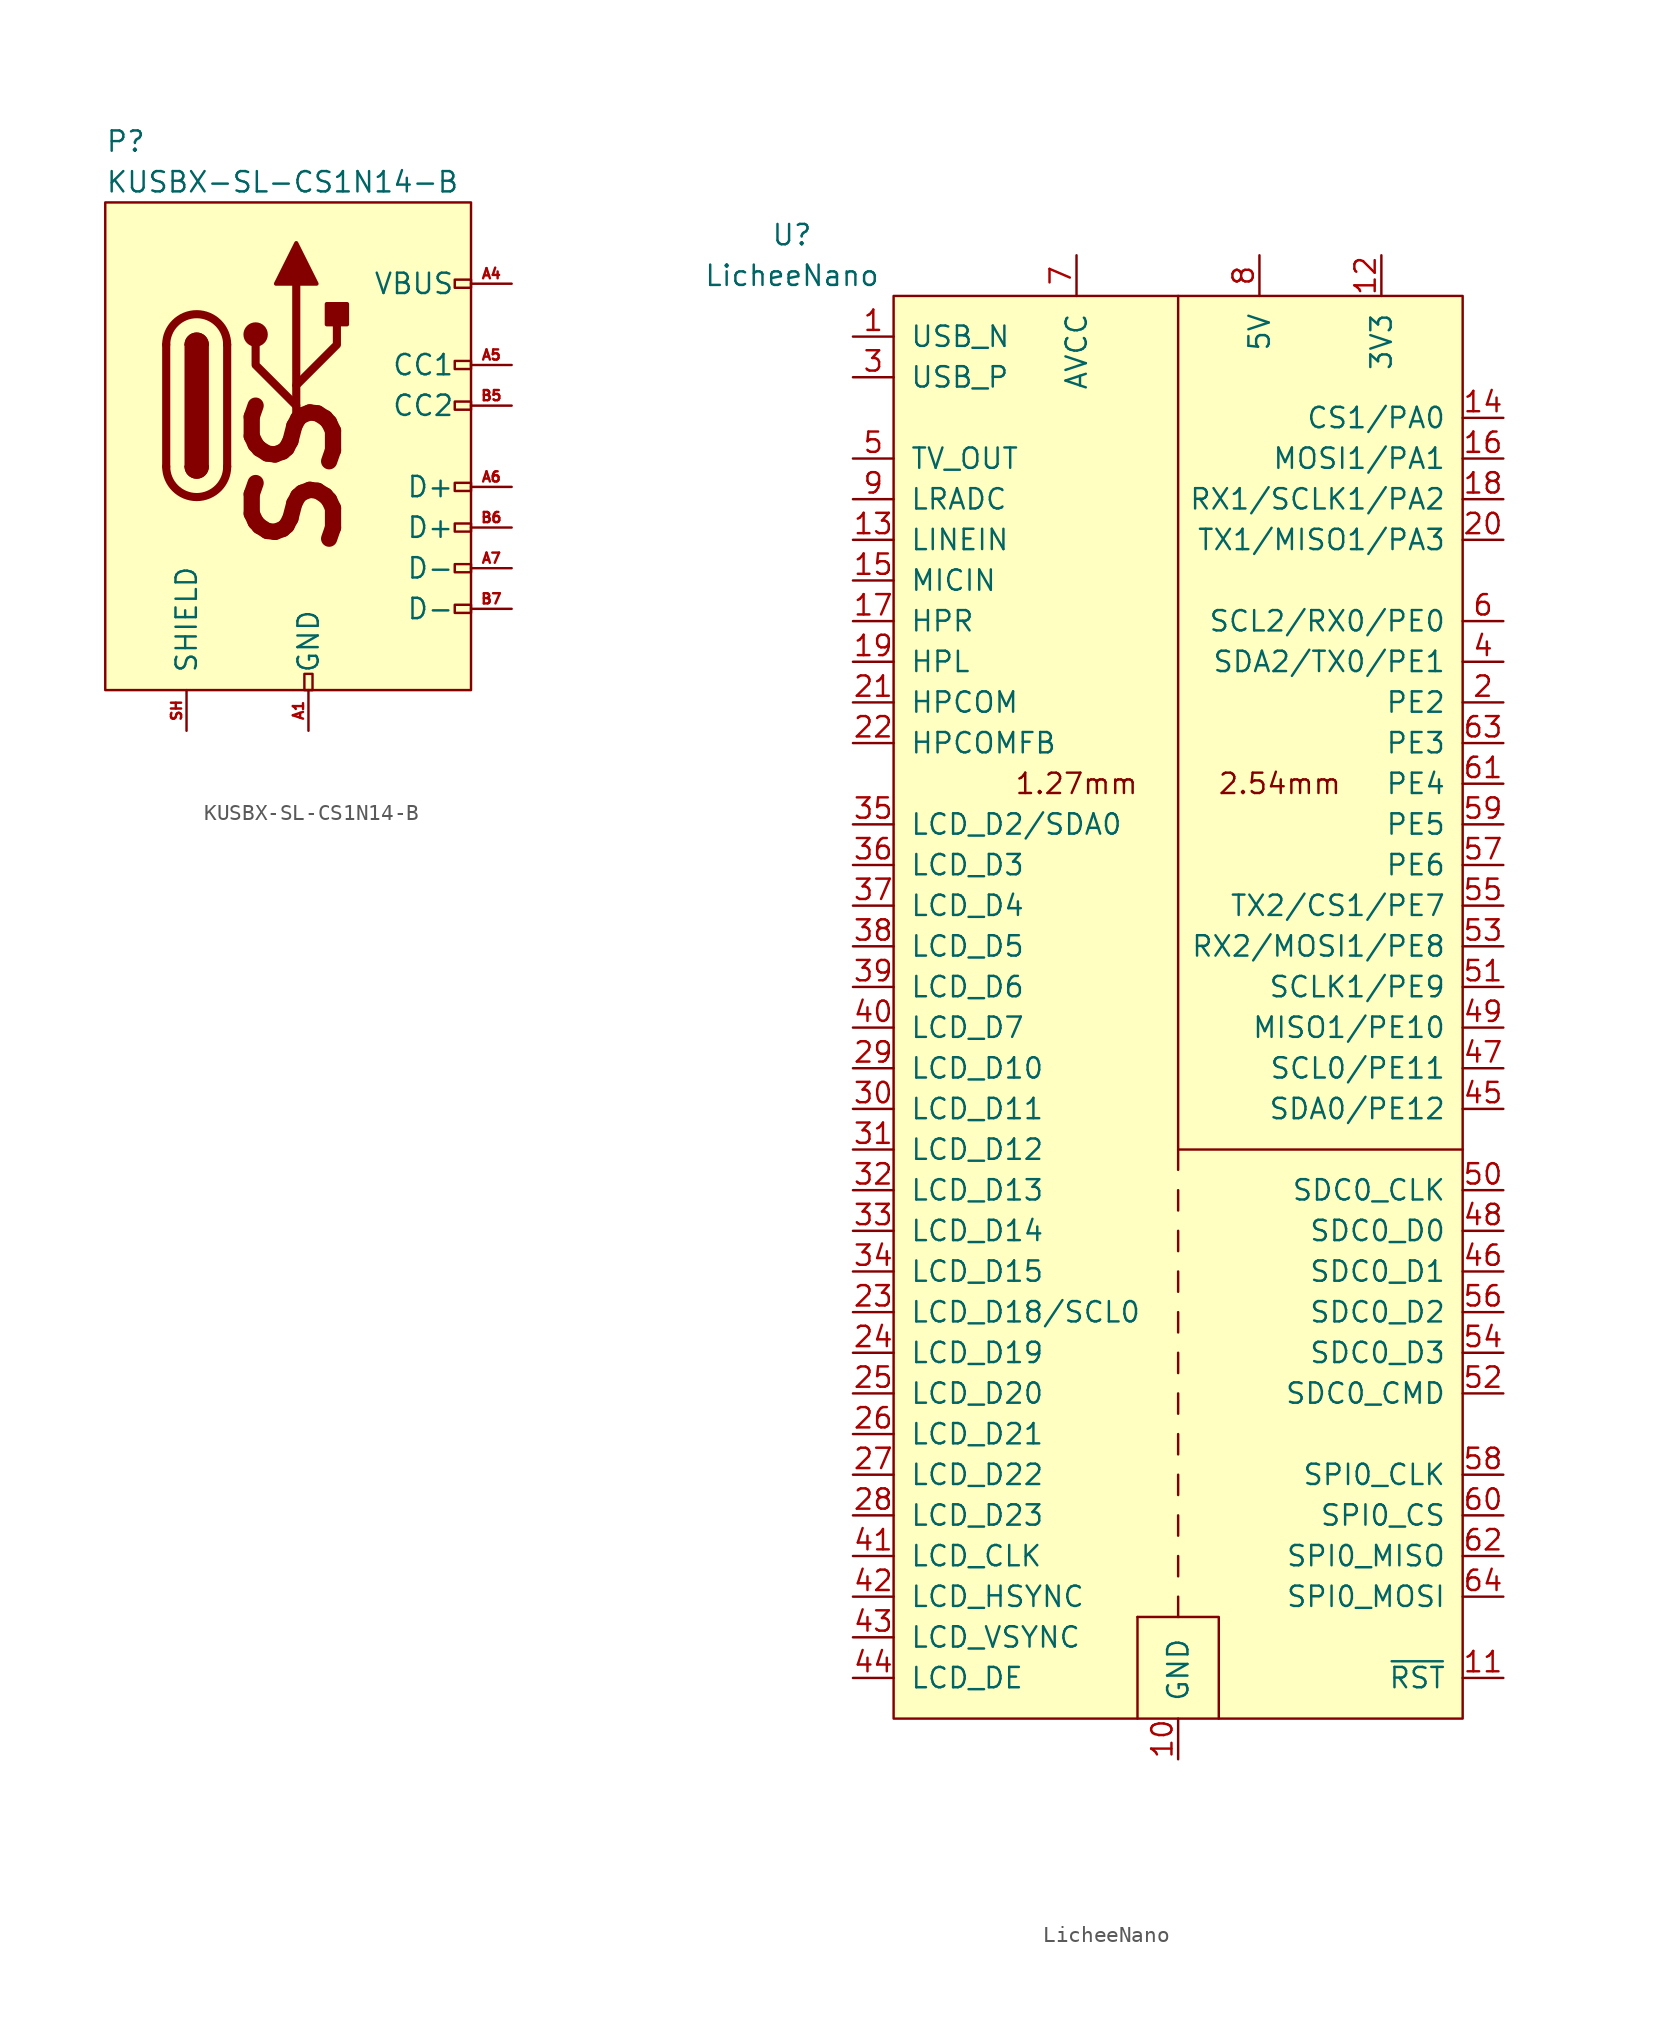
<source format=kicad_sym>
(kicad_symbol_lib
  (version 20211014)
  (generator kicad_symbol_editor)
  (symbol "KUSBX-SL-CS1N14-B"
    (pin_names
      (offset 1.016))
    (property "Reference" "P"
      (at 0 3.81 0)
      (effects (font (size 1.27 1.27)) (justify left)))
    (property "Value" "KUSBX-SL-CS1N14-B"
      (at 0 1.27 0)
      (effects (font (size 1.27 1.27)) (justify left)))
    (symbol "KUSBX-SL-CS1N14-B_0_0"
      (rectangle (start 12.446 -30.48) (end 12.954 -29.464) (stroke (width 0) (type default) (color 0 0 0 0)) (fill (type none)))
      (rectangle (start 22.86 -25.146) (end 21.844 -25.654) (stroke (width 0) (type default) (color 0 0 0 0)) (fill (type none)))
      (rectangle (start 22.86 -22.606) (end 21.844 -23.114) (stroke (width 0) (type default) (color 0 0 0 0)) (fill (type none)))
      (rectangle (start 22.86 -20.066) (end 21.844 -20.574) (stroke (width 0) (type default) (color 0 0 0 0)) (fill (type none)))
      (rectangle (start 22.86 -17.526) (end 21.844 -18.034) (stroke (width 0) (type default) (color 0 0 0 0)) (fill (type none)))
      (rectangle (start 22.86 -12.446) (end 21.844 -12.954) (stroke (width 0) (type default) (color 0 0 0 0)) (fill (type none)))
      (rectangle (start 22.86 -9.906) (end 21.844 -10.414) (stroke (width 0) (type default) (color 0 0 0 0)) (fill (type none)))
      (rectangle (start 22.86 -4.826) (end 21.844 -5.334) (stroke (width 0) (type default) (color 0 0 0 0)) (fill (type none)))
      (text "SS" (at 11.938 -17.145 900) (effects (font (size 5.08 5.08) bold italic))))
    (symbol "KUSBX-SL-CS1N14-B_0_1"
      (polyline (pts (xy 3.81 -16.51) (xy 3.81 -8.89)) (stroke (width 0.508) (type default) (color 0 0 0 0)) (fill (type none)))
      (polyline (pts (xy 7.62 -8.89) (xy 7.62 -16.51)) (stroke (width 0.508) (type default) (color 0 0 0 0)) (fill (type none)))
      (polyline (pts (xy 11.938 -13.97) (xy 11.938 -5.08)) (stroke (width 0.508) (type default) (color 0 0 0 0)) (fill (type none)))
      (polyline (pts (xy 11.938 -12.7) (xy 9.398 -10.16) (xy 9.398 -8.89)) (stroke (width 0.508) (type default) (color 0 0 0 0)) (fill (type none)))
      (polyline (pts (xy 11.938 -11.43) (xy 14.478 -8.89) (xy 14.478 -7.62)) (stroke (width 0.508) (type default) (color 0 0 0 0)) (fill (type none)))
      (polyline (pts (xy 10.668 -5.08) (xy 11.938 -2.54) (xy 13.208 -5.08) (xy 10.668 -5.08)) (stroke (width 0.254) (type default) (color 0 0 0 0)) (fill (type outline)))
      (arc (start 3.81 -16.51) (mid 5.715 -18.415) (end 7.62 -16.51) (stroke (width 0.508) (type default) (color 0 0 0 0)) (fill (type none)))
      (arc (start 5.08 -16.51) (mid 5.715 -17.145) (end 6.35 -16.51) (stroke (width 0.254) (type default) (color 0 0 0 0)) (fill (type none)))
      (arc (start 5.08 -16.51) (mid 5.715 -17.145) (end 6.35 -16.51) (stroke (width 0.254) (type default) (color 0 0 0 0)) (fill (type outline)))
      (rectangle (start 5.08 -16.51) (end 6.35 -8.89) (stroke (width 0.254) (type default) (color 0 0 0 0)) (fill (type outline)))
      (arc (start 6.35 -8.89) (mid 5.715 -8.255) (end 5.08 -8.89) (stroke (width 0.254) (type default) (color 0 0 0 0)) (fill (type none)))
      (arc (start 6.35 -8.89) (mid 5.715 -8.255) (end 5.08 -8.89) (stroke (width 0.254) (type default) (color 0 0 0 0)) (fill (type outline)))
      (arc (start 7.62 -8.89) (mid 5.715 -6.985) (end 3.81 -8.89) (stroke (width 0.508) (type default) (color 0 0 0 0)) (fill (type none)))
      (circle (center 9.398 -8.255) (radius 0.635) (stroke (width 0.254) (type default) (color 0 0 0 0)) (fill (type outline)))
      (rectangle (start 13.843 -7.62) (end 15.113 -6.35) (stroke (width 0.254) (type default) (color 0 0 0 0)) (fill (type outline)))
      (rectangle (start 22.86 0) (end 0 -30.48) (stroke (width 0) (type default) (color 0 0 0 0)) (fill (type background))))
    (symbol "KUSBX-SL-CS1N14-B_1_1"
      (pin power_in line (at 12.7 -33.02 90) (length 2.54) (name "GND" (effects (font (size 1.27 1.27)))) (number "A1" (effects (font (size 0.635 0.635)))))
      (pin passive line (at 12.7 -33.02 90) (length 2.54) hide (name "GND" (effects (font (size 1.27 1.27)))) (number "A12" (effects (font (size 0.635 0.635)))))
      (pin power_in line (at 25.4 -5.08 180) (length 2.54) (name "VBUS" (effects (font (size 1.27 1.27)))) (number "A4" (effects (font (size 0.635 0.635)))))
      (pin bidirectional line (at 25.4 -10.16 180) (length 2.54) (name "CC1" (effects (font (size 1.27 1.27)))) (number "A5" (effects (font (size 0.635 0.635)))))
      (pin bidirectional line (at 25.4 -17.78 180) (length 2.54) (name "D+" (effects (font (size 1.27 1.27)))) (number "A6" (effects (font (size 0.635 0.635)))))
      (pin bidirectional line (at 25.4 -22.86 180) (length 2.54) (name "D-" (effects (font (size 1.27 1.27)))) (number "A7" (effects (font (size 0.635 0.635)))))
      (pin power_out line (at 25.4 -5.08 180) (length 2.54) hide (name "VBUS" (effects (font (size 1.27 1.27)))) (number "A9" (effects (font (size 0.635 0.635)))))
      (pin passive line (at 12.7 -33.02 90) (length 2.54) hide (name "GND" (effects (font (size 1.27 1.27)))) (number "B1" (effects (font (size 0.635 0.635)))))
      (pin passive line (at 12.7 -33.02 90) (length 2.54) hide (name "GND" (effects (font (size 1.27 1.27)))) (number "B12" (effects (font (size 0.635 0.635)))))
      (pin passive line (at 25.4 -5.08 180) (length 2.54) hide (name "VBUS" (effects (font (size 1.27 1.27)))) (number "B4" (effects (font (size 0.635 0.635)))))
      (pin bidirectional line (at 25.4 -12.7 180) (length 2.54) (name "CC2" (effects (font (size 1.27 1.27)))) (number "B5" (effects (font (size 0.635 0.635)))))
      (pin bidirectional line (at 25.4 -20.32 180) (length 2.54) (name "D+" (effects (font (size 1.27 1.27)))) (number "B6" (effects (font (size 0.635 0.635)))))
      (pin bidirectional line (at 25.4 -25.4 180) (length 2.54) (name "D-" (effects (font (size 1.27 1.27)))) (number "B7" (effects (font (size 0.635 0.635)))))
      (pin passive line (at 25.4 -5.08 180) (length 2.54) hide (name "VBUS" (effects (font (size 1.27 1.27)))) (number "B9" (effects (font (size 0.635 0.635)))))
      (pin passive line (at 5.08 -33.02 90) (length 2.54) (name "SHIELD" (effects (font (size 1.27 1.27)))) (number "SH" (effects (font (size 0.635 0.635)))))))
  (symbol "LicheeNano"
    (pin_names
      (offset 1.016))
    (property "Reference" "U"
      (at -6.35 3.81 0)
      (effects (font (size 1.27 1.27))))
    (property "Value" "LicheeNano"
      (at -6.35 1.27 0)
      (effects (font (size 1.27 1.27))))
    (symbol "LicheeNano_0_0"
      (polyline (pts (xy 15.24 -88.9) (xy 15.24 -82.55)) (stroke (width 0) (type default) (color 0 0 0 0)) (fill (type none)))
      (polyline (pts (xy 17.78 -82.55) (xy 17.78 -81.28)) (stroke (width 0) (type default) (color 0 0 0 0)) (fill (type none)))
      (polyline (pts (xy 17.78 -80.01) (xy 17.78 -78.74)) (stroke (width 0) (type default) (color 0 0 0 0)) (fill (type none)))
      (polyline (pts (xy 17.78 -77.47) (xy 17.78 -76.2)) (stroke (width 0) (type default) (color 0 0 0 0)) (fill (type none)))
      (polyline (pts (xy 17.78 -74.93) (xy 17.78 -73.66)) (stroke (width 0) (type default) (color 0 0 0 0)) (fill (type none)))
      (polyline (pts (xy 17.78 -72.39) (xy 17.78 -71.12)) (stroke (width 0) (type default) (color 0 0 0 0)) (fill (type none)))
      (polyline (pts (xy 17.78 -69.85) (xy 17.78 -68.58)) (stroke (width 0) (type default) (color 0 0 0 0)) (fill (type none)))
      (polyline (pts (xy 17.78 -67.31) (xy 17.78 -66.04)) (stroke (width 0) (type default) (color 0 0 0 0)) (fill (type none)))
      (polyline (pts (xy 17.78 -64.77) (xy 17.78 -63.5)) (stroke (width 0) (type default) (color 0 0 0 0)) (fill (type none)))
      (polyline (pts (xy 17.78 -62.23) (xy 17.78 -60.96)) (stroke (width 0) (type default) (color 0 0 0 0)) (fill (type none)))
      (polyline (pts (xy 17.78 -59.69) (xy 17.78 -58.42)) (stroke (width 0) (type default) (color 0 0 0 0)) (fill (type none)))
      (polyline (pts (xy 17.78 -57.15) (xy 17.78 -55.88)) (stroke (width 0) (type default) (color 0 0 0 0)) (fill (type none)))
      (polyline (pts (xy 17.78 -54.61) (xy 17.78 -53.34)) (stroke (width 0) (type default) (color 0 0 0 0)) (fill (type none)))
      (polyline (pts (xy 15.24 -82.55) (xy 20.32 -82.55) (xy 20.32 -88.9)) (stroke (width 0) (type default) (color 0 0 0 0)) (fill (type none)))
      (polyline (pts (xy 35.56 -53.34) (xy 17.78 -53.34) (xy 17.78 0)) (stroke (width 0) (type default) (color 0 0 0 0)) (fill (type none)))
      (text "1.27mm" (at 11.43 -30.48 0) (effects (font (size 1.27 1.27))))
      (text "2.54mm" (at 24.13 -30.48 0) (effects (font (size 1.27 1.27)))))
    (symbol "LicheeNano_0_1"
      (rectangle (start 0 0) (end 35.56 -88.9) (stroke (width 0) (type default) (color 0 0 0 0)) (fill (type background))))
    (symbol "LicheeNano_1_1"
      (pin bidirectional line (at -2.54 -2.54 0) (length 2.54) (name "USB_N" (effects (font (size 1.27 1.27)))) (number "1" (effects (font (size 1.27 1.27)))))
      (pin power_out line (at 17.78 -91.44 90) (length 2.54) (name "GND" (effects (font (size 1.27 1.27)))) (number "10" (effects (font (size 1.27 1.27)))))
      (pin input line (at 38.1 -86.36 180) (length 2.54) (name "~{RST}" (effects (font (size 1.27 1.27)))) (number "11" (effects (font (size 1.27 1.27)))))
      (pin power_out line (at 30.48 2.54 270) (length 2.54) (name "3V3" (effects (font (size 1.27 1.27)))) (number "12" (effects (font (size 1.27 1.27)))))
      (pin input line (at -2.54 -15.24 0) (length 2.54) (name "LINEIN" (effects (font (size 1.27 1.27)))) (number "13" (effects (font (size 1.27 1.27)))))
      (pin bidirectional line (at 38.1 -7.62 180) (length 2.54) (name "CS1/PA0" (effects (font (size 1.27 1.27)))) (number "14" (effects (font (size 1.27 1.27)))))
      (pin input line (at -2.54 -17.78 0) (length 2.54) (name "MICIN" (effects (font (size 1.27 1.27)))) (number "15" (effects (font (size 1.27 1.27)))))
      (pin bidirectional line (at 38.1 -10.16 180) (length 2.54) (name "MOSI1/PA1" (effects (font (size 1.27 1.27)))) (number "16" (effects (font (size 1.27 1.27)))))
      (pin input line (at -2.54 -20.32 0) (length 2.54) (name "HPR" (effects (font (size 1.27 1.27)))) (number "17" (effects (font (size 1.27 1.27)))))
      (pin bidirectional line (at 38.1 -12.7 180) (length 2.54) (name "RX1/SCLK1/PA2" (effects (font (size 1.27 1.27)))) (number "18" (effects (font (size 1.27 1.27)))))
      (pin bidirectional line (at -2.54 -22.86 0) (length 2.54) (name "HPL" (effects (font (size 1.27 1.27)))) (number "19" (effects (font (size 1.27 1.27)))))
      (pin bidirectional line (at 38.1 -25.4 180) (length 2.54) (name "PE2" (effects (font (size 1.27 1.27)))) (number "2" (effects (font (size 1.27 1.27)))))
      (pin bidirectional line (at 38.1 -15.24 180) (length 2.54) (name "TX1/MISO1/PA3" (effects (font (size 1.27 1.27)))) (number "20" (effects (font (size 1.27 1.27)))))
      (pin bidirectional line (at -2.54 -25.4 0) (length 2.54) (name "HPCOM" (effects (font (size 1.27 1.27)))) (number "21" (effects (font (size 1.27 1.27)))))
      (pin bidirectional line (at -2.54 -27.94 0) (length 2.54) (name "HPCOMFB" (effects (font (size 1.27 1.27)))) (number "22" (effects (font (size 1.27 1.27)))))
      (pin bidirectional line (at -2.54 -63.5 0) (length 2.54) (name "LCD_D18/SCL0" (effects (font (size 1.27 1.27)))) (number "23" (effects (font (size 1.27 1.27)))))
      (pin bidirectional line (at -2.54 -66.04 0) (length 2.54) (name "LCD_D19" (effects (font (size 1.27 1.27)))) (number "24" (effects (font (size 1.27 1.27)))))
      (pin bidirectional line (at -2.54 -68.58 0) (length 2.54) (name "LCD_D20" (effects (font (size 1.27 1.27)))) (number "25" (effects (font (size 1.27 1.27)))))
      (pin bidirectional line (at -2.54 -71.12 0) (length 2.54) (name "LCD_D21" (effects (font (size 1.27 1.27)))) (number "26" (effects (font (size 1.27 1.27)))))
      (pin bidirectional line (at -2.54 -73.66 0) (length 2.54) (name "LCD_D22" (effects (font (size 1.27 1.27)))) (number "27" (effects (font (size 1.27 1.27)))))
      (pin bidirectional line (at -2.54 -76.2 0) (length 2.54) (name "LCD_D23" (effects (font (size 1.27 1.27)))) (number "28" (effects (font (size 1.27 1.27)))))
      (pin bidirectional line (at -2.54 -48.26 0) (length 2.54) (name "LCD_D10" (effects (font (size 1.27 1.27)))) (number "29" (effects (font (size 1.27 1.27)))))
      (pin bidirectional line (at -2.54 -5.08 0) (length 2.54) (name "USB_P" (effects (font (size 1.27 1.27)))) (number "3" (effects (font (size 1.27 1.27)))))
      (pin bidirectional line (at -2.54 -50.8 0) (length 2.54) (name "LCD_D11" (effects (font (size 1.27 1.27)))) (number "30" (effects (font (size 1.27 1.27)))))
      (pin bidirectional line (at -2.54 -53.34 0) (length 2.54) (name "LCD_D12" (effects (font (size 1.27 1.27)))) (number "31" (effects (font (size 1.27 1.27)))))
      (pin bidirectional line (at -2.54 -55.88 0) (length 2.54) (name "LCD_D13" (effects (font (size 1.27 1.27)))) (number "32" (effects (font (size 1.27 1.27)))))
      (pin bidirectional line (at -2.54 -58.42 0) (length 2.54) (name "LCD_D14" (effects (font (size 1.27 1.27)))) (number "33" (effects (font (size 1.27 1.27)))))
      (pin bidirectional line (at -2.54 -60.96 0) (length 2.54) (name "LCD_D15" (effects (font (size 1.27 1.27)))) (number "34" (effects (font (size 1.27 1.27)))))
      (pin bidirectional line (at -2.54 -33.02 0) (length 2.54) (name "LCD_D2/SDA0" (effects (font (size 1.27 1.27)))) (number "35" (effects (font (size 1.27 1.27)))))
      (pin bidirectional line (at -2.54 -35.56 0) (length 2.54) (name "LCD_D3" (effects (font (size 1.27 1.27)))) (number "36" (effects (font (size 1.27 1.27)))))
      (pin bidirectional line (at -2.54 -38.1 0) (length 2.54) (name "LCD_D4" (effects (font (size 1.27 1.27)))) (number "37" (effects (font (size 1.27 1.27)))))
      (pin bidirectional line (at -2.54 -40.64 0) (length 2.54) (name "LCD_D5" (effects (font (size 1.27 1.27)))) (number "38" (effects (font (size 1.27 1.27)))))
      (pin bidirectional line (at -2.54 -43.18 0) (length 2.54) (name "LCD_D6" (effects (font (size 1.27 1.27)))) (number "39" (effects (font (size 1.27 1.27)))))
      (pin bidirectional line (at 38.1 -22.86 180) (length 2.54) (name "SDA2/TX0/PE1" (effects (font (size 1.27 1.27)))) (number "4" (effects (font (size 1.27 1.27)))))
      (pin bidirectional line (at -2.54 -45.72 0) (length 2.54) (name "LCD_D7" (effects (font (size 1.27 1.27)))) (number "40" (effects (font (size 1.27 1.27)))))
      (pin bidirectional line (at -2.54 -78.74 0) (length 2.54) (name "LCD_CLK" (effects (font (size 1.27 1.27)))) (number "41" (effects (font (size 1.27 1.27)))))
      (pin bidirectional line (at -2.54 -81.28 0) (length 2.54) (name "LCD_HSYNC" (effects (font (size 1.27 1.27)))) (number "42" (effects (font (size 1.27 1.27)))))
      (pin bidirectional line (at -2.54 -83.82 0) (length 2.54) (name "LCD_VSYNC" (effects (font (size 1.27 1.27)))) (number "43" (effects (font (size 1.27 1.27)))))
      (pin bidirectional line (at -2.54 -86.36 0) (length 2.54) (name "LCD_DE" (effects (font (size 1.27 1.27)))) (number "44" (effects (font (size 1.27 1.27)))))
      (pin bidirectional line (at 38.1 -50.8 180) (length 2.54) (name "SDA0/PE12" (effects (font (size 1.27 1.27)))) (number "45" (effects (font (size 1.27 1.27)))))
      (pin bidirectional line (at 38.1 -60.96 180) (length 2.54) (name "SDC0_D1" (effects (font (size 1.27 1.27)))) (number "46" (effects (font (size 1.27 1.27)))))
      (pin bidirectional line (at 38.1 -48.26 180) (length 2.54) (name "SCL0/PE11" (effects (font (size 1.27 1.27)))) (number "47" (effects (font (size 1.27 1.27)))))
      (pin bidirectional line (at 38.1 -58.42 180) (length 2.54) (name "SDC0_D0" (effects (font (size 1.27 1.27)))) (number "48" (effects (font (size 1.27 1.27)))))
      (pin bidirectional line (at 38.1 -45.72 180) (length 2.54) (name "MISO1/PE10" (effects (font (size 1.27 1.27)))) (number "49" (effects (font (size 1.27 1.27)))))
      (pin output line (at -2.54 -10.16 0) (length 2.54) (name "TV_OUT" (effects (font (size 1.27 1.27)))) (number "5" (effects (font (size 1.27 1.27)))))
      (pin bidirectional line (at 38.1 -55.88 180) (length 2.54) (name "SDC0_CLK" (effects (font (size 1.27 1.27)))) (number "50" (effects (font (size 1.27 1.27)))))
      (pin bidirectional line (at 38.1 -43.18 180) (length 2.54) (name "SCLK1/PE9" (effects (font (size 1.27 1.27)))) (number "51" (effects (font (size 1.27 1.27)))))
      (pin bidirectional line (at 38.1 -68.58 180) (length 2.54) (name "SDC0_CMD" (effects (font (size 1.27 1.27)))) (number "52" (effects (font (size 1.27 1.27)))))
      (pin bidirectional line (at 38.1 -40.64 180) (length 2.54) (name "RX2/MOSI1/PE8" (effects (font (size 1.27 1.27)))) (number "53" (effects (font (size 1.27 1.27)))))
      (pin bidirectional line (at 38.1 -66.04 180) (length 2.54) (name "SDC0_D3" (effects (font (size 1.27 1.27)))) (number "54" (effects (font (size 1.27 1.27)))))
      (pin bidirectional line (at 38.1 -38.1 180) (length 2.54) (name "TX2/CS1/PE7" (effects (font (size 1.27 1.27)))) (number "55" (effects (font (size 1.27 1.27)))))
      (pin bidirectional line (at 38.1 -63.5 180) (length 2.54) (name "SDC0_D2" (effects (font (size 1.27 1.27)))) (number "56" (effects (font (size 1.27 1.27)))))
      (pin bidirectional line (at 38.1 -35.56 180) (length 2.54) (name "PE6" (effects (font (size 1.27 1.27)))) (number "57" (effects (font (size 1.27 1.27)))))
      (pin bidirectional line (at 38.1 -73.66 180) (length 2.54) (name "SPI0_CLK" (effects (font (size 1.27 1.27)))) (number "58" (effects (font (size 1.27 1.27)))))
      (pin bidirectional line (at 38.1 -33.02 180) (length 2.54) (name "PE5" (effects (font (size 1.27 1.27)))) (number "59" (effects (font (size 1.27 1.27)))))
      (pin bidirectional line (at 38.1 -20.32 180) (length 2.54) (name "SCL2/RX0/PE0" (effects (font (size 1.27 1.27)))) (number "6" (effects (font (size 1.27 1.27)))))
      (pin bidirectional line (at 38.1 -76.2 180) (length 2.54) (name "SPI0_CS" (effects (font (size 1.27 1.27)))) (number "60" (effects (font (size 1.27 1.27)))))
      (pin bidirectional line (at 38.1 -30.48 180) (length 2.54) (name "PE4" (effects (font (size 1.27 1.27)))) (number "61" (effects (font (size 1.27 1.27)))))
      (pin bidirectional line (at 38.1 -78.74 180) (length 2.54) (name "SPI0_MISO" (effects (font (size 1.27 1.27)))) (number "62" (effects (font (size 1.27 1.27)))))
      (pin bidirectional line (at 38.1 -27.94 180) (length 2.54) (name "PE3" (effects (font (size 1.27 1.27)))) (number "63" (effects (font (size 1.27 1.27)))))
      (pin bidirectional line (at 38.1 -81.28 180) (length 2.54) (name "SPI0_MOSI" (effects (font (size 1.27 1.27)))) (number "64" (effects (font (size 1.27 1.27)))))
      (pin power_out line (at 11.43 2.54 270) (length 2.54) (name "AVCC" (effects (font (size 1.27 1.27)))) (number "7" (effects (font (size 1.27 1.27)))))
      (pin power_out line (at 22.86 2.54 270) (length 2.54) (name "5V" (effects (font (size 1.27 1.27)))) (number "8" (effects (font (size 1.27 1.27)))))
      (pin input line (at -2.54 -12.7 0) (length 2.54) (name "LRADC" (effects (font (size 1.27 1.27)))) (number "9" (effects (font (size 1.27 1.27))))))))
</source>
